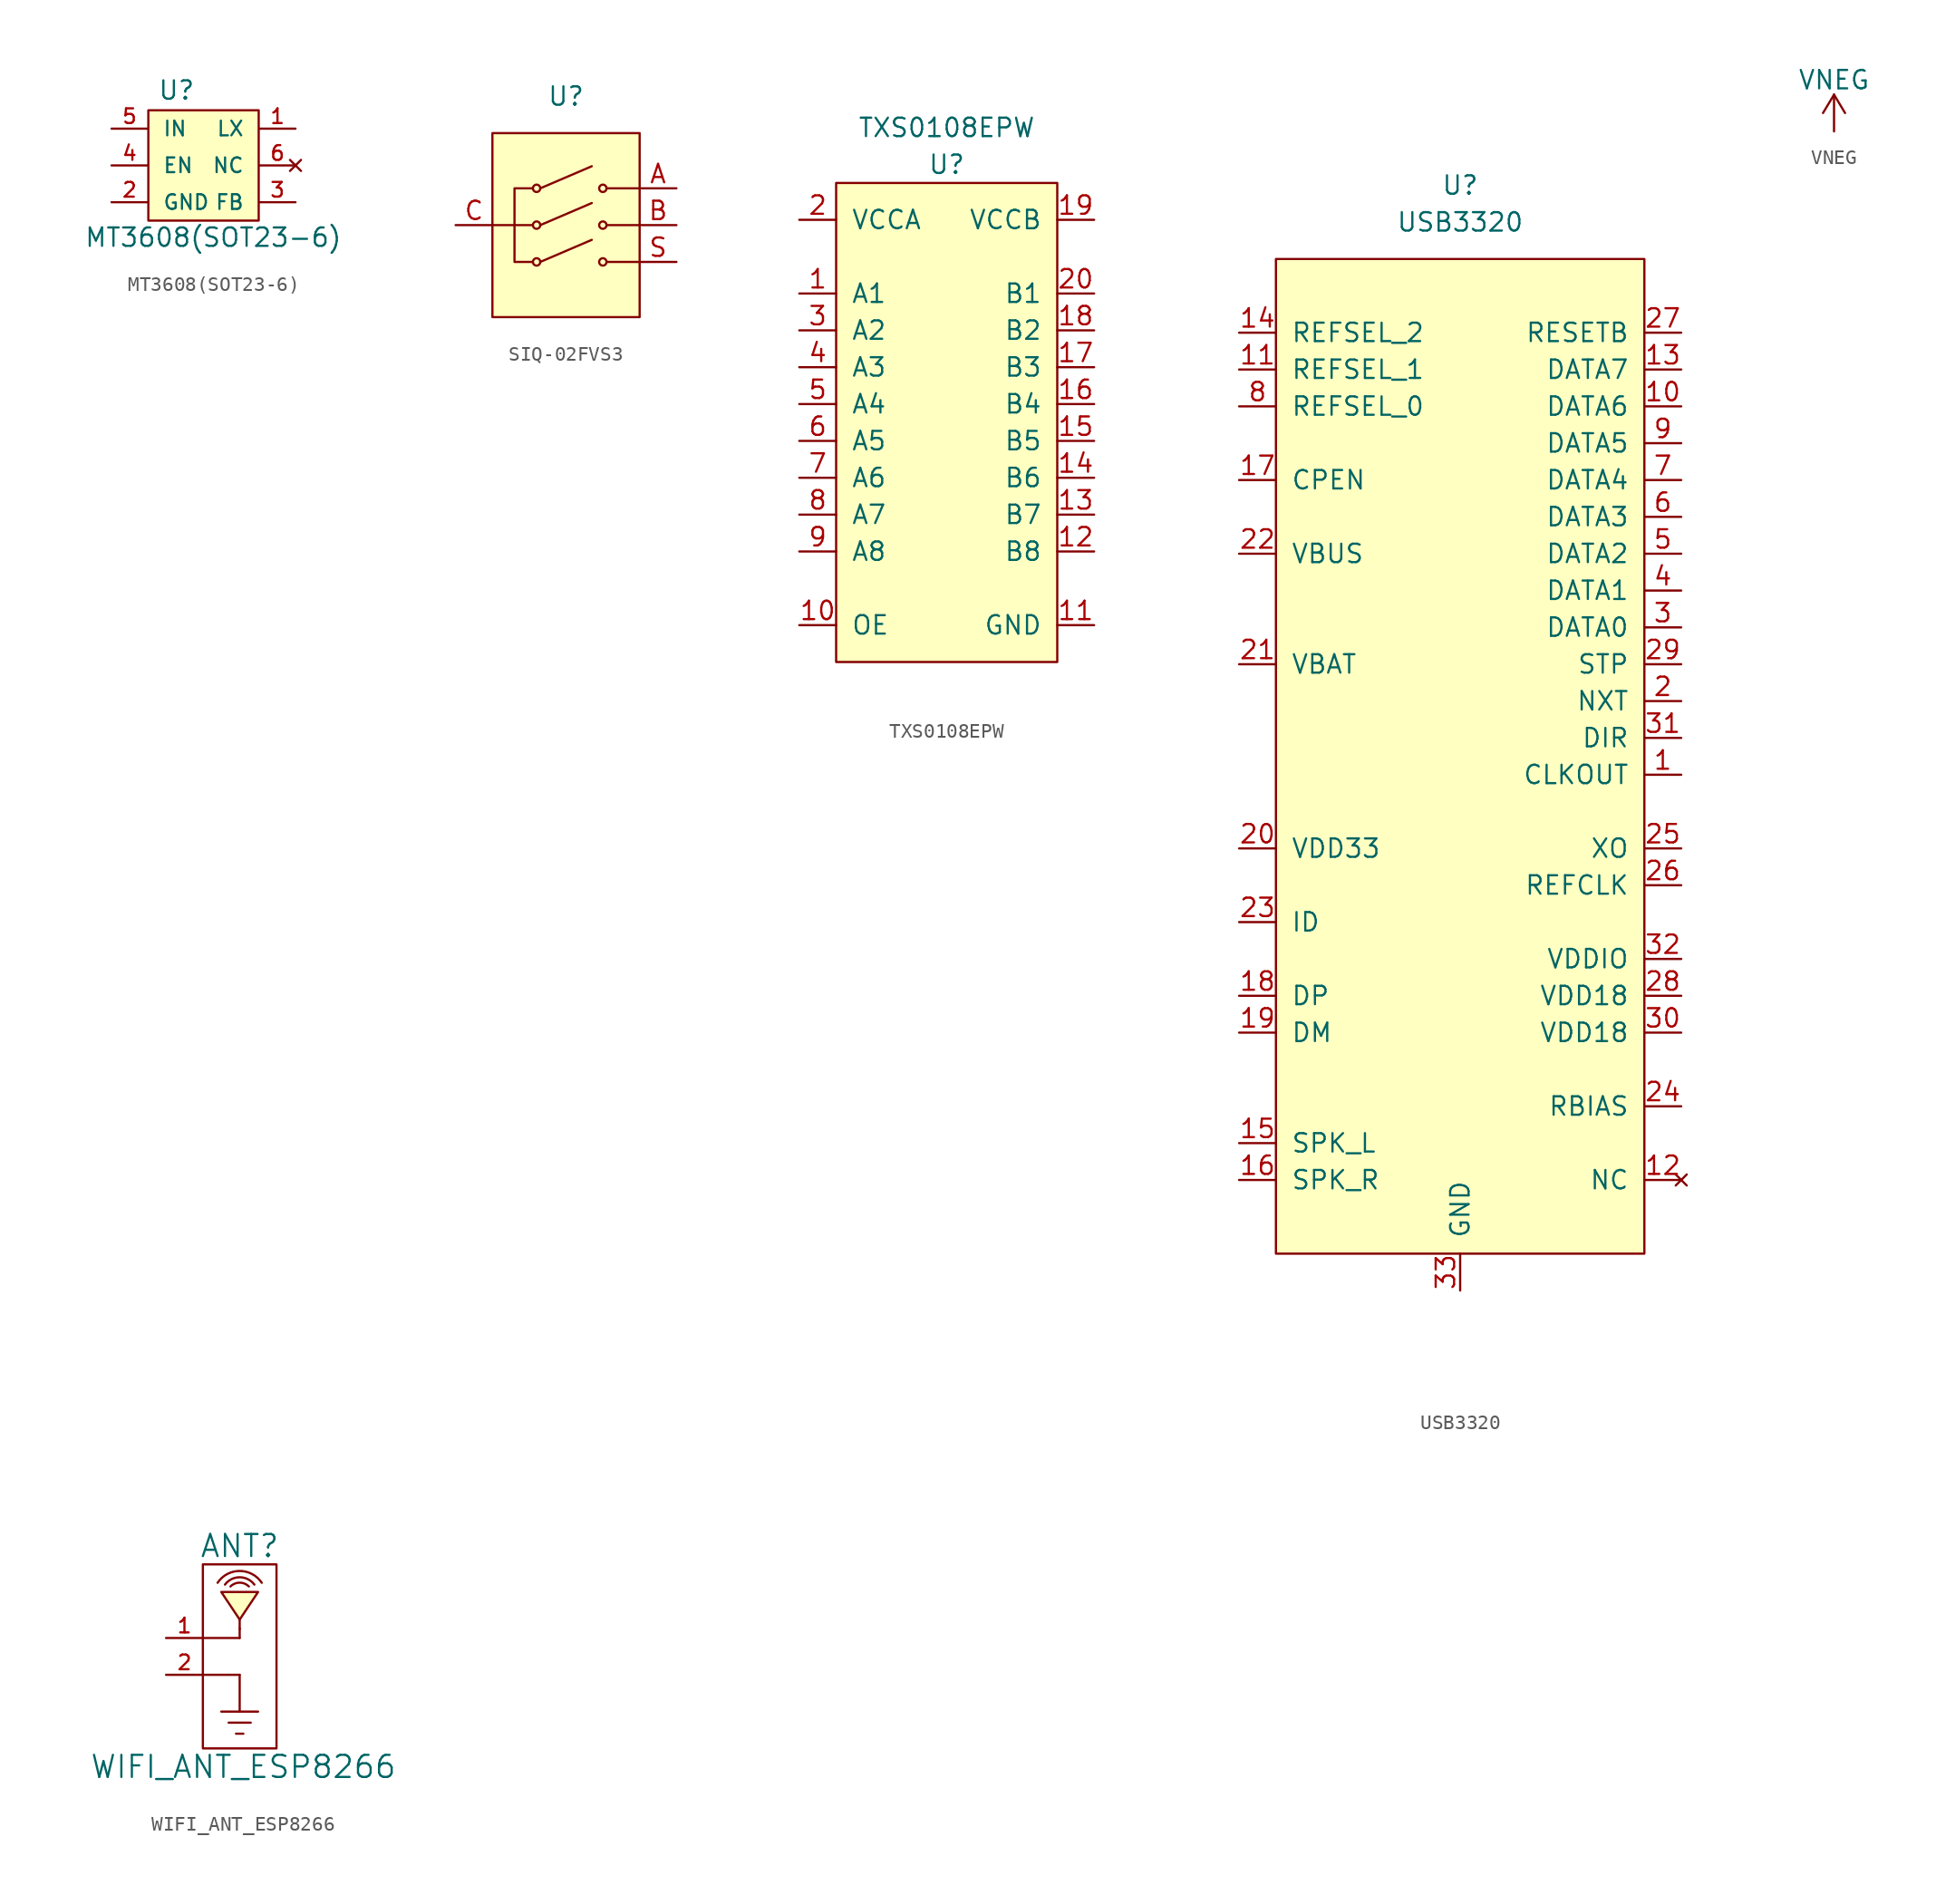
<source format=kicad_sym>
(kicad_symbol_lib
  (version 20231120)
  (generator "kicad_symbol_editor")
  (generator_version "8.0")
  (symbol "MT3608(SOT23-6)"
    (pin_names
      (offset 1.016))
    (property "Reference" "U"
      (at -1.905 4.445 0)
      (effects (font (size 1.27 1.27)) (justify left bottom)))
    (property "Value" "MT3608(SOT23-6)"
      (at -6.985 -5.715 0)
      (effects (font (size 1.27 1.27)) (justify left bottom)))
    (property "Datasheet" ""
      (at 2.54 0 0)
      (effects (font (size 1.524 1.524))))
    (symbol "MT3608(SOT23-6)_1_0"
      (rectangle (start -2.54 3.81) (end 5.08 -3.81) (stroke (width 0) (type default)) (fill (type background))))
    (symbol "MT3608(SOT23-6)_1_1"
      (pin output line (at 7.62 2.54 180) (length 2.489) (name "LX" (effects (font (size 1.016 1.016)))) (number "1" (effects (font (size 1.016 1.016)))))
      (pin power_in line (at -5.08 -2.54 0) (length 2.489) (name "GND" (effects (font (size 1.016 1.016)))) (number "2" (effects (font (size 1.016 1.016)))))
      (pin input line (at 7.62 -2.54 180) (length 2.489) (name "FB" (effects (font (size 1.016 1.016)))) (number "3" (effects (font (size 1.016 1.016)))))
      (pin input line (at -5.08 0 0) (length 2.489) (name "EN" (effects (font (size 1.016 1.016)))) (number "4" (effects (font (size 1.016 1.016)))))
      (pin input line (at -5.08 2.54 0) (length 2.489) (name "IN" (effects (font (size 1.016 1.016)))) (number "5" (effects (font (size 1.016 1.016)))))
      (pin no_connect line (at 7.62 0 180) (length 2.489) (name "NC" (effects (font (size 1.016 1.016)))) (number "6" (effects (font (size 1.016 1.016)))))))
  (symbol "SIQ-02FVS3"
    (property "Reference" "U"
      (at 0 0 0)
      (effects (font (size 1.27 1.27))))
    (property "Value" ""
      (at 0 0 0)
      (effects (font (size 1.27 1.27))))
    (symbol "SIQ-02FVS3_0_1"
      (circle (center -2.032 -11.43) (radius 0.254) (stroke (width 0) (type default)) (fill (type none)))
      (circle (center -2.032 -8.89) (radius 0.254) (stroke (width 0) (type default)) (fill (type none)))
      (circle (center -2.032 -6.35) (radius 0.254) (stroke (width 0) (type default)) (fill (type none)))
      (polyline (pts (xy -2.286 -8.89) (xy -3.556 -8.89)) (stroke (width 0) (type default)) (fill (type none)))
      (polyline (pts (xy -1.778 -11.43) (xy 1.778 -9.906)) (stroke (width 0) (type default)) (fill (type none)))
      (polyline (pts (xy -1.778 -8.89) (xy 1.778 -7.366)) (stroke (width 0) (type default)) (fill (type none)))
      (polyline (pts (xy -1.778 -6.35) (xy 1.778 -4.826)) (stroke (width 0) (type default)) (fill (type none)))
      (polyline (pts (xy 2.794 -11.43) (xy 5.08 -11.43)) (stroke (width 0) (type default)) (fill (type none)))
      (polyline (pts (xy 2.794 -8.89) (xy 5.08 -8.89)) (stroke (width 0) (type default)) (fill (type none)))
      (polyline (pts (xy 2.794 -6.35) (xy 5.08 -6.35)) (stroke (width 0) (type default)) (fill (type none)))
      (polyline (pts (xy -3.556 -8.89) (xy -3.556 -11.43) (xy -2.286 -11.43)) (stroke (width 0) (type default)) (fill (type none)))
      (polyline (pts (xy -5.08 -8.89) (xy -3.556 -8.89) (xy -3.556 -6.35) (xy -2.286 -6.35)) (stroke (width 0) (type default)) (fill (type none)))
      (circle (center 2.54 -11.43) (radius 0.254) (stroke (width 0) (type default)) (fill (type none)))
      (circle (center 2.54 -8.89) (radius 0.254) (stroke (width 0) (type default)) (fill (type none)))
      (circle (center 2.54 -6.35) (radius 0.254) (stroke (width 0) (type default)) (fill (type none))))
    (symbol "SIQ-02FVS3_1_1"
      (rectangle (start -5.08 -2.54) (end 5.08 -15.24) (stroke (width 0) (type default)) (fill (type background)))
      (pin input line (at 7.62 -6.35 180) (length 2.54) (name "" (effects (font (size 1.27 1.27)))) (number "A" (effects (font (size 1.27 1.27)))))
      (pin input line (at 7.62 -8.89 180) (length 2.54) (name "" (effects (font (size 1.27 1.27)))) (number "B" (effects (font (size 1.27 1.27)))))
      (pin input line (at -7.62 -8.89 0) (length 2.54) (name "" (effects (font (size 1.27 1.27)))) (number "C" (effects (font (size 1.27 1.27)))))
      (pin input line (at 7.62 -11.43 180) (length 2.54) (name "" (effects (font (size 1.27 1.27)))) (number "S" (effects (font (size 1.27 1.27)))))))
  (symbol "TXS0108EPW"
    (pin_names
      (offset 1.016))
    (property "Reference" "U"
      (at 0 8.89 0)
      (effects (font (size 1.27 1.27))))
    (property "Value" "TXS0108EPW"
      (at 0 11.43 0)
      (effects (font (size 1.27 1.27))))
    (symbol "TXS0108EPW_0_1"
      (rectangle (start -7.62 7.62) (end 7.62 -25.4) (stroke (width 0) (type default)) (fill (type background))))
    (symbol "TXS0108EPW_1_1"
      (pin bidirectional line (at -10.16 0 0) (length 2.54) (name "A1" (effects (font (size 1.27 1.27)))) (number "1" (effects (font (size 1.27 1.27)))))
      (pin input line (at -10.16 -22.86 0) (length 2.54) (name "OE" (effects (font (size 1.27 1.27)))) (number "10" (effects (font (size 1.27 1.27)))))
      (pin power_in line (at 10.16 -22.86 180) (length 2.54) (name "GND" (effects (font (size 1.27 1.27)))) (number "11" (effects (font (size 1.27 1.27)))))
      (pin bidirectional line (at 10.16 -17.78 180) (length 2.54) (name "B8" (effects (font (size 1.27 1.27)))) (number "12" (effects (font (size 1.27 1.27)))))
      (pin bidirectional line (at 10.16 -15.24 180) (length 2.54) (name "B7" (effects (font (size 1.27 1.27)))) (number "13" (effects (font (size 1.27 1.27)))))
      (pin bidirectional line (at 10.16 -12.7 180) (length 2.54) (name "B6" (effects (font (size 1.27 1.27)))) (number "14" (effects (font (size 1.27 1.27)))))
      (pin bidirectional line (at 10.16 -10.16 180) (length 2.54) (name "B5" (effects (font (size 1.27 1.27)))) (number "15" (effects (font (size 1.27 1.27)))))
      (pin bidirectional line (at 10.16 -7.62 180) (length 2.54) (name "B4" (effects (font (size 1.27 1.27)))) (number "16" (effects (font (size 1.27 1.27)))))
      (pin bidirectional line (at 10.16 -5.08 180) (length 2.54) (name "B3" (effects (font (size 1.27 1.27)))) (number "17" (effects (font (size 1.27 1.27)))))
      (pin bidirectional line (at 10.16 -2.54 180) (length 2.54) (name "B2" (effects (font (size 1.27 1.27)))) (number "18" (effects (font (size 1.27 1.27)))))
      (pin power_in line (at 10.16 5.08 180) (length 2.54) (name "VCCB" (effects (font (size 1.27 1.27)))) (number "19" (effects (font (size 1.27 1.27)))))
      (pin power_in line (at -10.16 5.08 0) (length 2.54) (name "VCCA" (effects (font (size 1.27 1.27)))) (number "2" (effects (font (size 1.27 1.27)))))
      (pin bidirectional line (at 10.16 0 180) (length 2.54) (name "B1" (effects (font (size 1.27 1.27)))) (number "20" (effects (font (size 1.27 1.27)))))
      (pin bidirectional line (at -10.16 -2.54 0) (length 2.54) (name "A2" (effects (font (size 1.27 1.27)))) (number "3" (effects (font (size 1.27 1.27)))))
      (pin bidirectional line (at -10.16 -5.08 0) (length 2.54) (name "A3" (effects (font (size 1.27 1.27)))) (number "4" (effects (font (size 1.27 1.27)))))
      (pin bidirectional line (at -10.16 -7.62 0) (length 2.54) (name "A4" (effects (font (size 1.27 1.27)))) (number "5" (effects (font (size 1.27 1.27)))))
      (pin bidirectional line (at -10.16 -10.16 0) (length 2.54) (name "A5" (effects (font (size 1.27 1.27)))) (number "6" (effects (font (size 1.27 1.27)))))
      (pin bidirectional line (at -10.16 -12.7 0) (length 2.54) (name "A6" (effects (font (size 1.27 1.27)))) (number "7" (effects (font (size 1.27 1.27)))))
      (pin bidirectional line (at -10.16 -15.24 0) (length 2.54) (name "A7" (effects (font (size 1.27 1.27)))) (number "8" (effects (font (size 1.27 1.27)))))
      (pin bidirectional line (at -10.16 -17.78 0) (length 2.54) (name "A8" (effects (font (size 1.27 1.27)))) (number "9" (effects (font (size 1.27 1.27)))))))
  (symbol "USB3320"
    (pin_names
      (offset 1.016))
    (property "Reference" "U"
      (at 0 0 0)
      (effects (font (size 1.27 1.27))))
    (property "Value" "USB3320"
      (at 0 -2.54 0)
      (effects (font (size 1.27 1.27))))
    (symbol "USB3320_0_1"
      (rectangle (start -12.7 -5.08) (end 12.7 -73.66) (stroke (width 0) (type default)) (fill (type background))))
    (symbol "USB3320_1_1"
      (pin output line (at 15.24 -40.64 180) (length 2.54) (name "CLKOUT" (effects (font (size 1.27 1.27)))) (number "1" (effects (font (size 1.27 1.27)))))
      (pin bidirectional line (at 15.24 -15.24 180) (length 2.54) (name "DATA6" (effects (font (size 1.27 1.27)))) (number "10" (effects (font (size 1.27 1.27)))))
      (pin input line (at -15.24 -12.7 0) (length 2.54) (name "REFSEL_1" (effects (font (size 1.27 1.27)))) (number "11" (effects (font (size 1.27 1.27)))))
      (pin no_connect line (at 15.24 -68.58 180) (length 2.54) (name "NC" (effects (font (size 1.27 1.27)))) (number "12" (effects (font (size 1.27 1.27)))))
      (pin bidirectional line (at 15.24 -12.7 180) (length 2.54) (name "DATA7" (effects (font (size 1.27 1.27)))) (number "13" (effects (font (size 1.27 1.27)))))
      (pin input line (at -15.24 -10.16 0) (length 2.54) (name "REFSEL_2" (effects (font (size 1.27 1.27)))) (number "14" (effects (font (size 1.27 1.27)))))
      (pin bidirectional line (at -15.24 -66.04 0) (length 2.54) (name "SPK_L" (effects (font (size 1.27 1.27)))) (number "15" (effects (font (size 1.27 1.27)))))
      (pin bidirectional line (at -15.24 -68.58 0) (length 2.54) (name "SPK_R" (effects (font (size 1.27 1.27)))) (number "16" (effects (font (size 1.27 1.27)))))
      (pin input line (at -15.24 -20.32 0) (length 2.54) (name "CPEN" (effects (font (size 1.27 1.27)))) (number "17" (effects (font (size 1.27 1.27)))))
      (pin bidirectional line (at -15.24 -55.88 0) (length 2.54) (name "DP" (effects (font (size 1.27 1.27)))) (number "18" (effects (font (size 1.27 1.27)))))
      (pin bidirectional line (at -15.24 -58.42 0) (length 2.54) (name "DM" (effects (font (size 1.27 1.27)))) (number "19" (effects (font (size 1.27 1.27)))))
      (pin output line (at 15.24 -35.56 180) (length 2.54) (name "NXT" (effects (font (size 1.27 1.27)))) (number "2" (effects (font (size 1.27 1.27)))))
      (pin input line (at -15.24 -45.72 0) (length 2.54) (name "VDD33" (effects (font (size 1.27 1.27)))) (number "20" (effects (font (size 1.27 1.27)))))
      (pin input line (at -15.24 -33.02 0) (length 2.54) (name "VBAT" (effects (font (size 1.27 1.27)))) (number "21" (effects (font (size 1.27 1.27)))))
      (pin input line (at -15.24 -25.4 0) (length 2.54) (name "VBUS" (effects (font (size 1.27 1.27)))) (number "22" (effects (font (size 1.27 1.27)))))
      (pin input line (at -15.24 -50.8 0) (length 2.54) (name "ID" (effects (font (size 1.27 1.27)))) (number "23" (effects (font (size 1.27 1.27)))))
      (pin output line (at 15.24 -63.5 180) (length 2.54) (name "RBIAS" (effects (font (size 1.27 1.27)))) (number "24" (effects (font (size 1.27 1.27)))))
      (pin output line (at 15.24 -45.72 180) (length 2.54) (name "XO" (effects (font (size 1.27 1.27)))) (number "25" (effects (font (size 1.27 1.27)))))
      (pin input line (at 15.24 -48.26 180) (length 2.54) (name "REFCLK" (effects (font (size 1.27 1.27)))) (number "26" (effects (font (size 1.27 1.27)))))
      (pin input line (at 15.24 -10.16 180) (length 2.54) (name "RESETB" (effects (font (size 1.27 1.27)))) (number "27" (effects (font (size 1.27 1.27)))))
      (pin input line (at 15.24 -55.88 180) (length 2.54) (name "VDD18" (effects (font (size 1.27 1.27)))) (number "28" (effects (font (size 1.27 1.27)))))
      (pin input line (at 15.24 -33.02 180) (length 2.54) (name "STP" (effects (font (size 1.27 1.27)))) (number "29" (effects (font (size 1.27 1.27)))))
      (pin bidirectional line (at 15.24 -30.48 180) (length 2.54) (name "DATA0" (effects (font (size 1.27 1.27)))) (number "3" (effects (font (size 1.27 1.27)))))
      (pin input line (at 15.24 -58.42 180) (length 2.54) (name "VDD18" (effects (font (size 1.27 1.27)))) (number "30" (effects (font (size 1.27 1.27)))))
      (pin output line (at 15.24 -38.1 180) (length 2.54) (name "DIR" (effects (font (size 1.27 1.27)))) (number "31" (effects (font (size 1.27 1.27)))))
      (pin input line (at 15.24 -53.34 180) (length 2.54) (name "VDDIO" (effects (font (size 1.27 1.27)))) (number "32" (effects (font (size 1.27 1.27)))))
      (pin bidirectional line (at 0 -76.2 90) (length 2.54) (name "GND" (effects (font (size 1.27 1.27)))) (number "33" (effects (font (size 1.27 1.27)))))
      (pin bidirectional line (at 15.24 -27.94 180) (length 2.54) (name "DATA1" (effects (font (size 1.27 1.27)))) (number "4" (effects (font (size 1.27 1.27)))))
      (pin bidirectional line (at 15.24 -25.4 180) (length 2.54) (name "DATA2" (effects (font (size 1.27 1.27)))) (number "5" (effects (font (size 1.27 1.27)))))
      (pin bidirectional line (at 15.24 -22.86 180) (length 2.54) (name "DATA3" (effects (font (size 1.27 1.27)))) (number "6" (effects (font (size 1.27 1.27)))))
      (pin bidirectional line (at 15.24 -20.32 180) (length 2.54) (name "DATA4" (effects (font (size 1.27 1.27)))) (number "7" (effects (font (size 1.27 1.27)))))
      (pin input line (at -15.24 -15.24 0) (length 2.54) (name "REFSEL_0" (effects (font (size 1.27 1.27)))) (number "8" (effects (font (size 1.27 1.27)))))
      (pin bidirectional line (at 15.24 -17.78 180) (length 2.54) (name "DATA5" (effects (font (size 1.27 1.27)))) (number "9" (effects (font (size 1.27 1.27)))))))
  (symbol "VNEG"
    (power)
    (pin_names
      (offset 0))
    (property "Reference" "#PWR"
      (at 0 -3.81 0)
      (effects (font (size 1.27 1.27)) (hide yes)))
    (property "Value" "VNEG"
      (at 0 3.556 0)
      (effects (font (size 1.27 1.27))))
    (symbol "VNEG_0_1"
      (polyline (pts (xy -0.762 1.27) (xy 0 2.54)) (stroke (width 0) (type default)) (fill (type none)))
      (polyline (pts (xy 0 0) (xy 0 2.54)) (stroke (width 0) (type default)) (fill (type none)))
      (polyline (pts (xy 0 2.54) (xy 0.762 1.27)) (stroke (width 0) (type default)) (fill (type none))))
    (symbol "VNEG_1_1"
      (pin power_in line (at 0 0 90) (length 0) hide (name "VNEG" (effects (font (size 1.27 1.27)))) (number "1" (effects (font (size 1.27 1.27)))))))
  (symbol "WIFI_ANT_ESP8266"
    (pin_names
      (offset 1.016))
    (property "Reference" "ANT"
      (at 0 8.89 0)
      (effects (font (size 1.524 1.524))))
    (property "Value" "WIFI_ANT_ESP8266"
      (at 0.254 -6.35 0)
      (effects (font (size 1.524 1.524))))
    (symbol "WIFI_ANT_ESP8266_0_1"
      (rectangle (start -2.54 -5.08) (end 2.54 7.62) (stroke (width 0) (type default)) (fill (type none)))
      (rectangle (start -2.54 0) (end 0 0) (stroke (width 0) (type default)) (fill (type none)))
      (rectangle (start -2.54 2.54) (end 0 2.54) (stroke (width 0) (type default)) (fill (type none)))
      (rectangle (start -1.27 -2.54) (end 1.27 -2.54) (stroke (width 0) (type default)) (fill (type none)))
      (rectangle (start -0.254 -4.064) (end 0.254 -4.064) (stroke (width 0) (type default)) (fill (type none)))
      (rectangle (start 0 0) (end 0 -2.54) (stroke (width 0) (type default)) (fill (type none)))
      (polyline (pts (xy 0 3.81) (xy 1.27 5.715) (xy -1.27 5.715) (xy 0 3.81)) (stroke (width 0) (type default)) (fill (type background)))
      (rectangle (start 0 2.54) (end 0 3.175) (stroke (width 0) (type default)) (fill (type none)))
      (rectangle (start 0 3.175) (end 0 3.175) (stroke (width 0) (type default)) (fill (type none)))
      (rectangle (start 0 3.175) (end 0 3.81) (stroke (width 0) (type default)) (fill (type none)))
      (rectangle (start 0.762 -3.302) (end -0.762 -3.302) (stroke (width 0) (type default)) (fill (type none)))
      (arc (start 1.016 6.223) (mid 0 6.731) (end -1.016 6.223) (stroke (width 0) (type default)) (fill (type none)))
      (arc (start 1.524 6.35) (mid 0 7.1656) (end -1.524 6.35) (stroke (width 0) (type default)) (fill (type none))))
    (symbol "WIFI_ANT_ESP8266_1_1"
      (arc (start 0.635 6.096) (mid 0 6.359) (end -0.635 6.096) (stroke (width 0) (type default)) (fill (type none)))
      (pin input line (at -5.08 2.54 0) (length 2.54) (name "~" (effects (font (size 1.016 1.016)))) (number "1" (effects (font (size 1.016 1.016)))))
      (pin input line (at -5.08 0 0) (length 2.54) (name "~" (effects (font (size 1.016 1.016)))) (number "2" (effects (font (size 1.016 1.016))))))))
</source>
